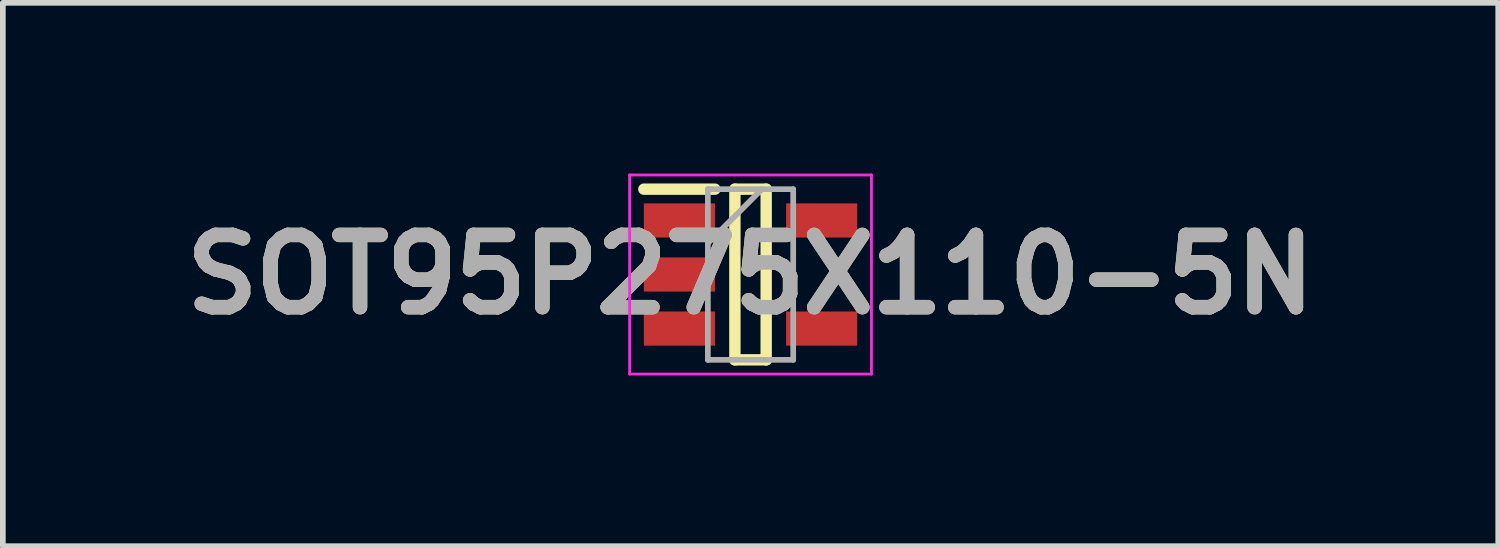
<source format=kicad_pcb>
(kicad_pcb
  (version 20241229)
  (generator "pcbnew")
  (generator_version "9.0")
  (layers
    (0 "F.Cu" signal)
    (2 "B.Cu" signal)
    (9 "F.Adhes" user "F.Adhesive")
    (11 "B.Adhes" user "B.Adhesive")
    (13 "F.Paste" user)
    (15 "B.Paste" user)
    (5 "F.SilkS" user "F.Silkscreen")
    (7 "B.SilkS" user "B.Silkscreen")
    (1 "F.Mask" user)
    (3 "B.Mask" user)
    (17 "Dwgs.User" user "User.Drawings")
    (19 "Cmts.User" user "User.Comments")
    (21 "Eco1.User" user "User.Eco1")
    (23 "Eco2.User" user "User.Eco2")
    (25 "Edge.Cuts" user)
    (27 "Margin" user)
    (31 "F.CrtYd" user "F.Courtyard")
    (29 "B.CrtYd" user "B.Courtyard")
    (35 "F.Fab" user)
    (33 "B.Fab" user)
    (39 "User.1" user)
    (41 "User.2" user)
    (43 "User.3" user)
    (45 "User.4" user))
  (footprint "SOT95P275X110-5N"
    (layer "F.Cu")
    (at 10.142 1.775)
    (property "Reference" "SOT95P275X110-5N" (at 0 0 0) (layer "F.SilkS") (effects (font (size 1.27 1.27) (thickness 0.254))))
    (attr smd)
    (fp_line (start -1.875 -1.5) (end -0.625 -1.5) (stroke (width 0.2) (type solid)) (layer "F.SilkS"))
    (fp_line (start -0.275 -1.5) (end 0.275 -1.5) (stroke (width 0.2) (type solid)) (layer "F.SilkS"))
    (fp_line (start -0.275 1.5) (end -0.275 -1.5) (stroke (width 0.2) (type solid)) (layer "F.SilkS"))
    (fp_line (start 0.275 -1.5) (end 0.275 1.5) (stroke (width 0.2) (type solid)) (layer "F.SilkS"))
    (fp_line (start 0.275 1.5) (end -0.275 1.5) (stroke (width 0.2) (type solid)) (layer "F.SilkS"))
    (fp_line (start -2.125 -1.75) (end 2.125 -1.75) (stroke (width 0.05) (type solid)) (layer "F.CrtYd"))
    (fp_line (start -2.125 1.75) (end -2.125 -1.75) (stroke (width 0.05) (type solid)) (layer "F.CrtYd"))
    (fp_line (start 2.125 -1.75) (end 2.125 1.75) (stroke (width 0.05) (type solid)) (layer "F.CrtYd"))
    (fp_line (start 2.125 1.75) (end -2.125 1.75) (stroke (width 0.05) (type solid)) (layer "F.CrtYd"))
    (fp_line (start -0.75 -1.5) (end 0.75 -1.5) (stroke (width 0.1) (type solid)) (layer "F.Fab"))
    (fp_line (start -0.75 -0.55) (end 0.2 -1.5) (stroke (width 0.1) (type solid)) (layer "F.Fab"))
    (fp_line (start -0.75 1.5) (end -0.75 -1.5) (stroke (width 0.1) (type solid)) (layer "F.Fab"))
    (fp_line (start 0.75 -1.5) (end 0.75 1.5) (stroke (width 0.1) (type solid)) (layer "F.Fab"))
    (fp_line (start 0.75 1.5) (end -0.75 1.5) (stroke (width 0.1) (type solid)) (layer "F.Fab"))
    (fp_text user "${REFERENCE}" (at 0 0 0) (layer "F.Fab") (effects (font (size 1.27 1.27) (thickness 0.254))))
    (pad "1" smd rect (at -1.25 -0.95 90) (size 0.6 1.25) (layers "F.Cu" "F.Mask" "F.Paste"))
    (pad "2" smd rect (at -1.25 0 90) (size 0.6 1.25) (layers "F.Cu" "F.Mask" "F.Paste"))
    (pad "3" smd rect (at -1.25 0.95 90) (size 0.6 1.25) (layers "F.Cu" "F.Mask" "F.Paste"))
    (pad "4" smd rect (at 1.25 0.95 90) (size 0.6 1.25) (layers "F.Cu" "F.Mask" "F.Paste"))
    (pad "5" smd rect (at 1.25 -0.95 90) (size 0.6 1.25) (layers "F.Cu" "F.Mask" "F.Paste")))
  (gr_rect
    (start -3 -3)
    (end 23.284 6.55)
    (stroke (width 0.1) (type default))
    (fill no)
    (layer "Edge.Cuts")))
</source>
